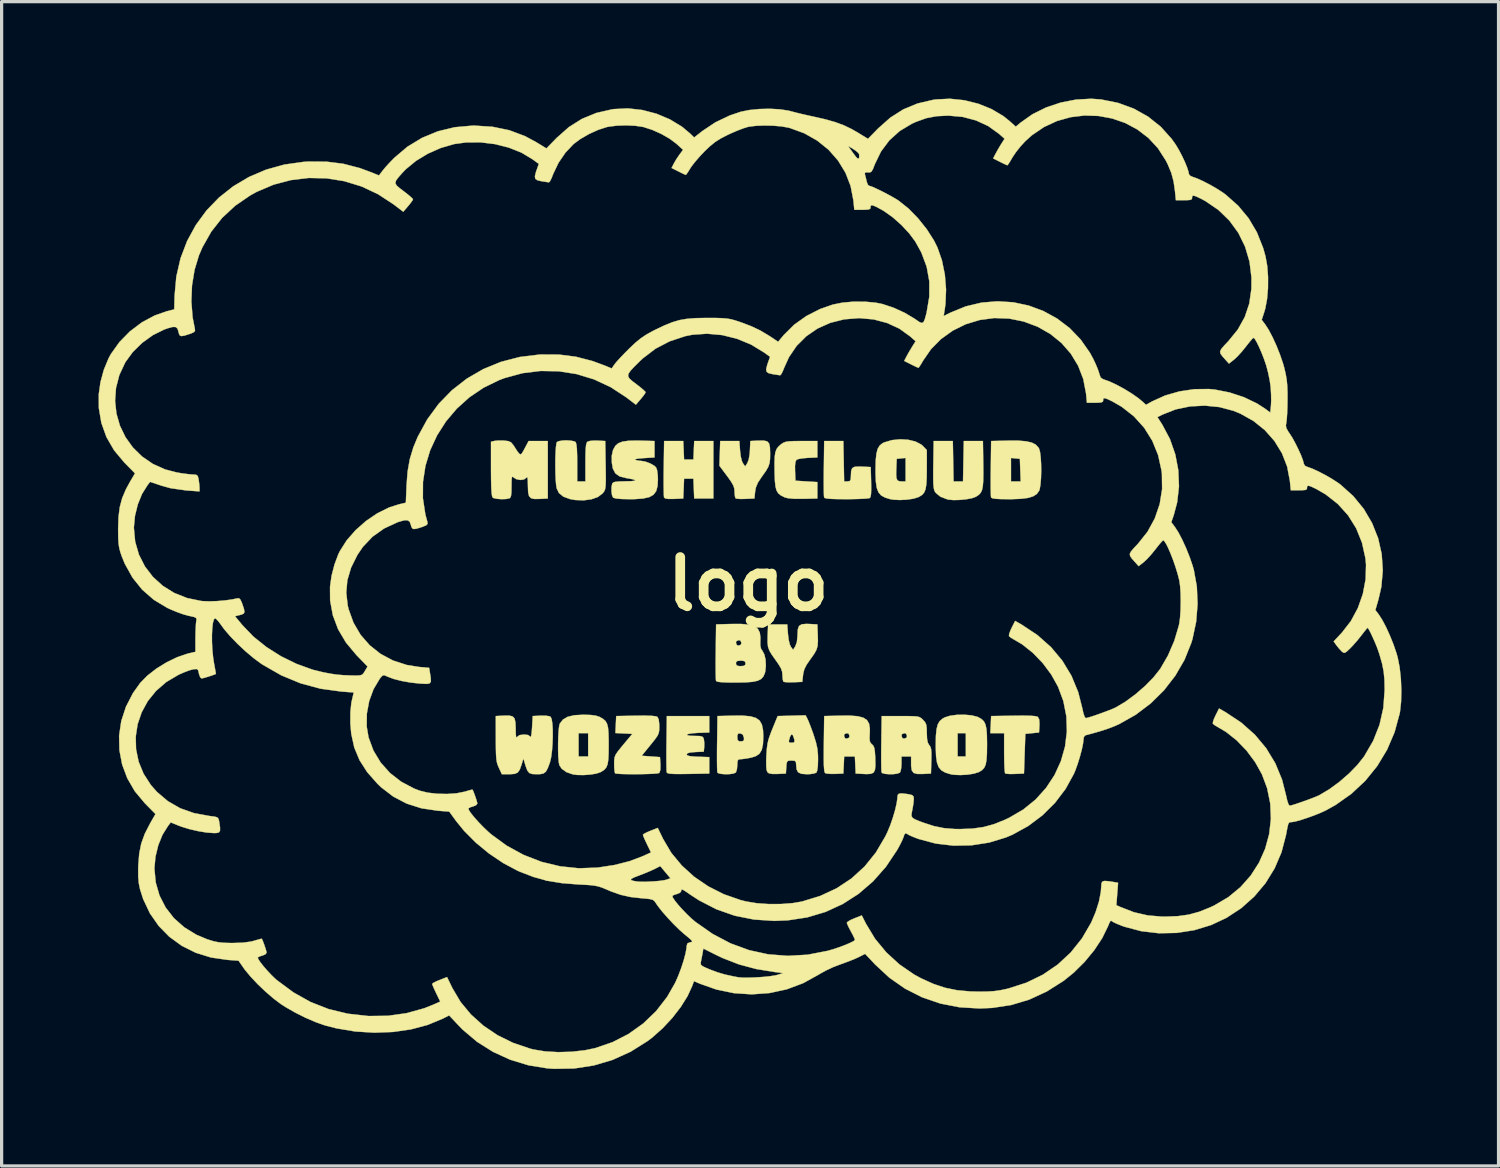
<source format=kicad_pcb>
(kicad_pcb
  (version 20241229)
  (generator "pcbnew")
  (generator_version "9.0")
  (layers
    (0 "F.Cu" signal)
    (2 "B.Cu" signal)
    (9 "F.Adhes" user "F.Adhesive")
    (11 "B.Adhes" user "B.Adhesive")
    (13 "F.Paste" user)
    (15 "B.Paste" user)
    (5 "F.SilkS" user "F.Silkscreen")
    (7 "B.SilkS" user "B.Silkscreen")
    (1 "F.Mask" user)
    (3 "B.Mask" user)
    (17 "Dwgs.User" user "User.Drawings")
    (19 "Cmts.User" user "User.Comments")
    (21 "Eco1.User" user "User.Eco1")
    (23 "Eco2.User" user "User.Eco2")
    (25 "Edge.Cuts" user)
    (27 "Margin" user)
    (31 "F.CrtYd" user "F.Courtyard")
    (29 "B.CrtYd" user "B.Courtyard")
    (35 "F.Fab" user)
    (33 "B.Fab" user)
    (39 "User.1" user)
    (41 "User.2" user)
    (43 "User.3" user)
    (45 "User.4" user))
  (footprint "logo"
    (layer "F.Cu")
    (at 20.099 15.018)
    (property "Reference" "logo" (at 0 0 0) (layer "F.SilkS") (effects (font (size 1.524 1.524) (thickness 0.3))))
    (attr through_hole)
    (fp_poly (pts (xy -1.998 -4.138) (xy -1.986 -3.852) (xy -1.697 -3.852) (xy -1.685 -4.138) (xy -1.672 -4.424) (xy -1.079 -4.424) (xy -1.079 -2.646) (xy -1.672 -2.646) (xy -1.685 -2.953) (xy -1.697 -3.26) (xy -1.986 -3.26) (xy -1.998 -2.953) (xy -2.011 -2.646) (xy -2.297 -2.633) (xy -2.467 -2.632) (xy -2.565 -2.646) (xy -2.605 -2.677) (xy -2.611 -2.735) (xy -2.615 -2.864) (xy -2.618 -3.049) (xy -2.618 -3.278) (xy -2.616 -3.537) (xy -2.615 -3.578) (xy -2.603 -4.424) (xy -2.011 -4.424) (xy -1.998 -4.138)) (stroke (width 0.01) (type solid)) (fill yes) (layer "F.SilkS"))
    (fp_poly (pts (xy 8.721 4.075) (xy 8.867 4.086) (xy 8.947 4.104) (xy 8.96 4.112) (xy 9.001 4.191) (xy 9.01 4.338) (xy 9.008 4.378) (xy 8.996 4.593) (xy 8.784 4.614) (xy 8.572 4.636) (xy 8.53 5.863) (xy 8.253 5.875) (xy 8.107 5.878) (xy 7.996 5.871) (xy 7.946 5.858) (xy 7.936 5.807) (xy 7.927 5.687) (xy 7.92 5.515) (xy 7.917 5.306) (xy 7.916 5.221) (xy 7.916 4.614) (xy 7.489 4.614) (xy 7.502 4.35) (xy 7.514 4.085) (xy 8.207 4.074) (xy 8.503 4.071) (xy 8.721 4.075)) (stroke (width 0.01) (type solid)) (fill yes) (layer "F.SilkS"))
    (fp_poly (pts (xy 6.352 -3.175) (xy 6.644 -3.175) (xy 6.656 -3.799) (xy 6.668 -4.424) (xy 7.26 -4.424) (xy 7.271 -3.704) (xy 7.273 -3.409) (xy 7.269 -3.186) (xy 7.256 -3.023) (xy 7.231 -2.905) (xy 7.191 -2.822) (xy 7.132 -2.76) (xy 7.053 -2.706) (xy 7.045 -2.701) (xy 6.923 -2.656) (xy 6.747 -2.622) (xy 6.547 -2.602) (xy 6.351 -2.597) (xy 6.19 -2.612) (xy 6.16 -2.619) (xy 5.947 -2.7) (xy 5.804 -2.817) (xy 5.777 -2.853) (xy 5.753 -2.905) (xy 5.737 -2.982) (xy 5.726 -3.098) (xy 5.722 -3.265) (xy 5.722 -3.496) (xy 5.725 -3.688) (xy 5.736 -4.424) (xy 6.329 -4.424) (xy 6.352 -3.175)) (stroke (width 0.01) (type solid)) (fill yes) (layer "F.SilkS"))
    (fp_poly (pts (xy 2.966 -3.175) (xy 3.07 -3.175) (xy 3.136 -3.184) (xy 3.167 -3.226) (xy 3.175 -3.323) (xy 3.176 -3.355) (xy 3.183 -3.5) (xy 3.216 -3.586) (xy 3.291 -3.627) (xy 3.425 -3.635) (xy 3.518 -3.632) (xy 3.789 -3.619) (xy 3.801 -3.157) (xy 3.804 -2.934) (xy 3.798 -2.783) (xy 3.782 -2.695) (xy 3.759 -2.66) (xy 3.699 -2.649) (xy 3.571 -2.638) (xy 3.39 -2.631) (xy 3.172 -2.626) (xy 3.036 -2.625) (xy 2.766 -2.627) (xy 2.572 -2.633) (xy 2.443 -2.643) (xy 2.371 -2.659) (xy 2.347 -2.679) (xy 2.341 -2.736) (xy 2.337 -2.864) (xy 2.335 -3.05) (xy 2.335 -3.278) (xy 2.337 -3.536) (xy 2.338 -3.578) (xy 2.349 -4.424) (xy 2.942 -4.424) (xy 2.966 -3.175)) (stroke (width 0.01) (type solid)) (fill yes) (layer "F.SilkS"))
    (fp_poly (pts (xy 2.138 -3.916) (xy 1.843 -3.903) (xy 1.687 -3.89) (xy 1.561 -3.869) (xy 1.492 -3.844) (xy 1.46 -3.78) (xy 1.446 -3.651) (xy 1.448 -3.496) (xy 1.46 -3.196) (xy 1.799 -3.175) (xy 2.138 -3.154) (xy 2.138 -2.646) (xy 1.693 -2.636) (xy 1.42 -2.637) (xy 1.226 -2.655) (xy 1.122 -2.683) (xy 1.01 -2.74) (xy 0.93 -2.804) (xy 0.876 -2.89) (xy 0.843 -3.013) (xy 0.824 -3.188) (xy 0.815 -3.43) (xy 0.814 -3.486) (xy 0.811 -3.747) (xy 0.818 -3.939) (xy 0.839 -4.077) (xy 0.877 -4.178) (xy 0.938 -4.258) (xy 1.023 -4.331) (xy 1.03 -4.335) (xy 1.091 -4.374) (xy 1.163 -4.4) (xy 1.264 -4.415) (xy 1.412 -4.422) (xy 1.625 -4.424) (xy 1.643 -4.424) (xy 2.138 -4.424) (xy 2.138 -3.916)) (stroke (width 0.01) (type solid)) (fill yes) (layer "F.SilkS"))
    (fp_poly (pts (xy -1.206 4.593) (xy -1.556 4.605) (xy -1.733 4.618) (xy -1.849 4.637) (xy -1.899 4.66) (xy -1.879 4.681) (xy -1.783 4.695) (xy -1.652 4.699) (xy -1.509 4.702) (xy -1.43 4.717) (xy -1.391 4.751) (xy -1.374 4.799) (xy -1.36 4.913) (xy -1.362 5.042) (xy -1.376 5.186) (xy -1.64 5.198) (xy -1.797 5.212) (xy -1.881 5.236) (xy -1.905 5.271) (xy -1.884 5.303) (xy -1.812 5.324) (xy -1.676 5.337) (xy -1.556 5.343) (xy -1.206 5.355) (xy -1.206 5.863) (xy -1.853 5.875) (xy -2.114 5.878) (xy -2.3 5.876) (xy -2.423 5.868) (xy -2.493 5.853) (xy -2.521 5.831) (xy -2.527 5.774) (xy -2.531 5.645) (xy -2.533 5.46) (xy -2.533 5.231) (xy -2.531 4.972) (xy -2.53 4.931) (xy -2.519 4.085) (xy -1.206 4.085) (xy -1.206 4.593)) (stroke (width 0.01) (type solid)) (fill yes) (layer "F.SilkS"))
    (fp_poly (pts (xy 8.355 -4.436) (xy 8.594 -4.416) (xy 8.771 -4.376) (xy 8.896 -4.311) (xy 8.98 -4.219) (xy 8.997 -4.189) (xy 9.027 -4.083) (xy 9.048 -3.916) (xy 9.06 -3.709) (xy 9.063 -3.484) (xy 9.056 -3.265) (xy 9.04 -3.073) (xy 9.015 -2.931) (xy 8.997 -2.882) (xy 8.925 -2.784) (xy 8.814 -2.713) (xy 8.655 -2.664) (xy 8.437 -2.636) (xy 8.149 -2.625) (xy 8.062 -2.625) (xy 7.823 -2.627) (xy 7.658 -2.636) (xy 7.559 -2.651) (xy 7.515 -2.674) (xy 7.512 -2.679) (xy 7.506 -2.736) (xy 7.502 -2.864) (xy 7.5 -3.05) (xy 7.5 -3.175) (xy 8.128 -3.175) (xy 8.428 -3.175) (xy 8.415 -3.524) (xy 8.403 -3.873) (xy 8.128 -3.9) (xy 8.128 -3.175) (xy 7.5 -3.175) (xy 7.5 -3.278) (xy 7.502 -3.536) (xy 7.503 -3.578) (xy 7.514 -4.424) (xy 8.043 -4.436) (xy 8.355 -4.436)) (stroke (width 0.01) (type solid)) (fill yes) (layer "F.SilkS"))
    (fp_poly (pts (xy 0.585 -4.414) (xy 0.645 -4.347) (xy 0.671 -4.226) (xy 0.677 -4.035) (xy 0.674 -3.865) (xy 0.657 -3.736) (xy 0.618 -3.622) (xy 0.547 -3.499) (xy 0.434 -3.34) (xy 0.407 -3.302) (xy 0.296 -3.133) (xy 0.235 -2.983) (xy 0.212 -2.857) (xy 0.191 -2.646) (xy -0.086 -2.634) (xy -0.233 -2.631) (xy -0.344 -2.638) (xy -0.393 -2.651) (xy -0.412 -2.709) (xy -0.423 -2.817) (xy -0.423 -2.857) (xy -0.432 -2.956) (xy -0.463 -3.051) (xy -0.529 -3.165) (xy -0.638 -3.32) (xy -0.658 -3.346) (xy -0.892 -3.659) (xy -0.88 -4.042) (xy -0.868 -4.424) (xy -0.275 -4.424) (xy -0.254 -4.128) (xy -0.232 -3.946) (xy -0.196 -3.802) (xy -0.164 -3.735) (xy -0.096 -3.638) (xy -0.029 -3.741) (xy 0.013 -3.849) (xy 0.042 -4.016) (xy 0.051 -4.133) (xy 0.064 -4.424) (xy 0.31 -4.437) (xy 0.478 -4.438) (xy 0.585 -4.414)) (stroke (width 0.01) (type solid)) (fill yes) (layer "F.SilkS"))
    (fp_poly (pts (xy -2.983 4.078) (xy -2.856 4.093) (xy -2.81 4.11) (xy -2.771 4.19) (xy -2.753 4.341) (xy -2.752 4.402) (xy -2.754 4.515) (xy -2.768 4.603) (xy -2.803 4.686) (xy -2.87 4.785) (xy -2.978 4.922) (xy -3.025 4.979) (xy -3.297 5.313) (xy -3.014 5.334) (xy -2.731 5.355) (xy -2.717 5.584) (xy -2.719 5.749) (xy -2.748 5.837) (xy -2.76 5.848) (xy -2.819 5.86) (xy -2.944 5.87) (xy -3.115 5.877) (xy -3.315 5.882) (xy -3.526 5.883) (xy -3.729 5.882) (xy -3.907 5.878) (xy -4.041 5.87) (xy -4.114 5.86) (xy -4.12 5.856) (xy -4.135 5.802) (xy -4.146 5.689) (xy -4.149 5.569) (xy -4.147 5.451) (xy -4.135 5.361) (xy -4.103 5.28) (xy -4.041 5.187) (xy -3.94 5.06) (xy -3.868 4.973) (xy -3.587 4.636) (xy -3.849 4.623) (xy -4.11 4.61) (xy -4.098 4.348) (xy -4.085 4.085) (xy -3.477 4.073) (xy -3.189 4.071) (xy -2.983 4.078)) (stroke (width 0.01) (type solid)) (fill yes) (layer "F.SilkS"))
    (fp_poly (pts (xy 6.904 4.062) (xy 7.08 4.105) (xy 7.116 4.12) (xy 7.217 4.178) (xy 7.29 4.248) (xy 7.338 4.344) (xy 7.368 4.48) (xy 7.383 4.671) (xy 7.387 4.929) (xy 7.387 4.974) (xy 7.384 5.245) (xy 7.371 5.445) (xy 7.344 5.589) (xy 7.298 5.689) (xy 7.23 5.76) (xy 7.136 5.817) (xy 7.126 5.821) (xy 6.978 5.867) (xy 6.779 5.898) (xy 6.564 5.91) (xy 6.364 5.902) (xy 6.254 5.883) (xy 6.092 5.832) (xy 5.973 5.763) (xy 5.89 5.664) (xy 5.838 5.522) (xy 5.81 5.325) (xy 5.8 5.06) (xy 5.8 4.966) (xy 5.805 4.693) (xy 5.813 4.614) (xy 6.477 4.614) (xy 6.477 5.334) (xy 6.731 5.334) (xy 6.731 4.614) (xy 6.477 4.614) (xy 5.813 4.614) (xy 5.825 4.49) (xy 5.863 4.344) (xy 5.924 4.239) (xy 6.013 4.163) (xy 6.08 4.126) (xy 6.243 4.075) (xy 6.454 4.047) (xy 6.685 4.043) (xy 6.904 4.062)) (stroke (width 0.01) (type solid)) (fill yes) (layer "F.SilkS"))
    (fp_poly (pts (xy -5.101 4.044) (xy -4.874 4.051) (xy -4.713 4.073) (xy -4.598 4.111) (xy -4.585 4.118) (xy -4.486 4.177) (xy -4.415 4.241) (xy -4.368 4.325) (xy -4.338 4.444) (xy -4.324 4.611) (xy -4.318 4.841) (xy -4.318 4.974) (xy -4.32 5.24) (xy -4.33 5.435) (xy -4.352 5.575) (xy -4.391 5.673) (xy -4.45 5.743) (xy -4.534 5.8) (xy -4.578 5.824) (xy -4.707 5.866) (xy -4.889 5.895) (xy -5.094 5.91) (xy -5.291 5.907) (xy -5.426 5.889) (xy -5.623 5.821) (xy -5.771 5.715) (xy -5.844 5.604) (xy -5.863 5.507) (xy -5.876 5.349) (xy -5.883 5.152) (xy -5.883 4.937) (xy -5.878 4.725) (xy -5.871 4.614) (xy -5.249 4.614) (xy -5.249 5.334) (xy -4.953 5.334) (xy -4.953 4.614) (xy -5.249 4.614) (xy -5.871 4.614) (xy -5.867 4.537) (xy -5.85 4.393) (xy -5.831 4.32) (xy -5.734 4.194) (xy -5.588 4.108) (xy -5.382 4.059) (xy -5.107 4.044) (xy -5.101 4.044)) (stroke (width 0.01) (type solid)) (fill yes) (layer "F.SilkS"))
    (fp_poly (pts (xy 1.891 1.236) (xy 2.138 1.249) (xy 2.15 1.566) (xy 2.155 1.767) (xy 2.145 1.913) (xy 2.111 2.032) (xy 2.045 2.154) (xy 1.937 2.307) (xy 1.917 2.334) (xy 1.803 2.5) (xy 1.735 2.636) (xy 1.701 2.769) (xy 1.695 2.815) (xy 1.672 3.027) (xy 1.395 3.039) (xy 1.249 3.041) (xy 1.138 3.034) (xy 1.088 3.022) (xy 1.069 2.964) (xy 1.059 2.856) (xy 1.058 2.818) (xy 1.048 2.713) (xy 1.012 2.609) (xy 0.937 2.483) (xy 0.846 2.352) (xy 0.728 2.186) (xy 0.653 2.059) (xy 0.612 1.943) (xy 0.597 1.81) (xy 0.599 1.632) (xy 0.601 1.566) (xy 0.614 1.249) (xy 1.206 1.249) (xy 1.228 1.545) (xy 1.25 1.726) (xy 1.286 1.871) (xy 1.317 1.938) (xy 1.386 2.035) (xy 1.455 1.929) (xy 1.504 1.796) (xy 1.524 1.599) (xy 1.524 1.573) (xy 1.533 1.402) (xy 1.571 1.298) (xy 1.653 1.246) (xy 1.794 1.233) (xy 1.891 1.236)) (stroke (width 0.01) (type solid)) (fill yes) (layer "F.SilkS"))
    (fp_poly (pts (xy 4.949 -4.463) (xy 5.174 -4.408) (xy 5.351 -4.316) (xy 5.402 -4.271) (xy 5.524 -4.143) (xy 5.524 -3.56) (xy 5.521 -3.285) (xy 5.509 -3.08) (xy 5.484 -2.933) (xy 5.442 -2.83) (xy 5.379 -2.757) (xy 5.29 -2.701) (xy 5.263 -2.688) (xy 5.115 -2.641) (xy 4.916 -2.611) (xy 4.699 -2.599) (xy 4.499 -2.608) (xy 4.39 -2.626) (xy 4.228 -2.676) (xy 4.11 -2.742) (xy 4.028 -2.837) (xy 3.976 -2.973) (xy 3.948 -3.163) (xy 3.939 -3.393) (xy 4.576 -3.393) (xy 4.585 -3.273) (xy 4.615 -3.207) (xy 4.672 -3.18) (xy 4.74 -3.175) (xy 4.868 -3.175) (xy 4.868 -3.9) (xy 4.731 -3.887) (xy 4.593 -3.873) (xy 4.581 -3.581) (xy 4.576 -3.393) (xy 3.939 -3.393) (xy 3.938 -3.419) (xy 3.937 -3.535) (xy 3.943 -3.817) (xy 3.964 -4.028) (xy 4.003 -4.18) (xy 4.066 -4.285) (xy 4.155 -4.357) (xy 4.208 -4.382) (xy 4.444 -4.452) (xy 4.699 -4.478) (xy 4.949 -4.463)) (stroke (width 0.01) (type solid)) (fill yes) (layer "F.SilkS"))
    (fp_poly (pts (xy -5.49 -4.436) (xy -5.382 -4.414) (xy -5.342 -4.394) (xy -5.319 -4.33) (xy -5.302 -4.189) (xy -5.294 -3.97) (xy -5.292 -3.759) (xy -5.292 -3.175) (xy -5.038 -3.175) (xy -5.038 -3.762) (xy -5.036 -4.013) (xy -5.029 -4.19) (xy -5.016 -4.307) (xy -4.996 -4.375) (xy -4.978 -4.4) (xy -4.899 -4.427) (xy -4.761 -4.438) (xy -4.671 -4.437) (xy -4.424 -4.424) (xy -4.412 -3.677) (xy -4.408 -3.409) (xy -4.407 -3.212) (xy -4.411 -3.072) (xy -4.42 -2.977) (xy -4.436 -2.911) (xy -4.461 -2.862) (xy -4.497 -2.815) (xy -4.509 -2.802) (xy -4.65 -2.694) (xy -4.85 -2.622) (xy -5.09 -2.589) (xy -5.35 -2.599) (xy -5.515 -2.628) (xy -5.72 -2.703) (xy -5.856 -2.814) (xy -5.926 -2.957) (xy -5.944 -3.067) (xy -5.958 -3.231) (xy -5.966 -3.431) (xy -5.969 -3.65) (xy -5.968 -3.87) (xy -5.961 -4.072) (xy -5.95 -4.239) (xy -5.934 -4.353) (xy -5.918 -4.394) (xy -5.85 -4.422) (xy -5.728 -4.441) (xy -5.63 -4.445) (xy -5.49 -4.436)) (stroke (width 0.01) (type solid)) (fill yes) (layer "F.SilkS"))
    (fp_poly (pts (xy 0.061 4.092) (xy 0.233 4.141) (xy 0.351 4.224) (xy 0.422 4.349) (xy 0.457 4.52) (xy 0.466 4.715) (xy 0.455 4.959) (xy 0.417 5.133) (xy 0.344 5.252) (xy 0.23 5.328) (xy 0.086 5.372) (xy -0.061 5.399) (xy -0.189 5.416) (xy -0.235 5.419) (xy -0.3 5.427) (xy -0.33 5.469) (xy -0.338 5.566) (xy -0.339 5.601) (xy -0.35 5.725) (xy -0.378 5.817) (xy -0.389 5.834) (xy -0.46 5.864) (xy -0.577 5.881) (xy -0.714 5.884) (xy -0.841 5.874) (xy -0.931 5.851) (xy -0.955 5.83) (xy -0.961 5.773) (xy -0.965 5.645) (xy -0.967 5.459) (xy -0.967 5.231) (xy -0.965 4.973) (xy -0.964 4.931) (xy -0.961 4.738) (xy -0.339 4.738) (xy -0.328 4.83) (xy -0.282 4.865) (xy -0.23 4.868) (xy -0.153 4.856) (xy -0.131 4.802) (xy -0.135 4.752) (xy -0.17 4.656) (xy -0.243 4.622) (xy -0.311 4.625) (xy -0.336 4.677) (xy -0.339 4.738) (xy -0.961 4.738) (xy -0.953 4.085) (xy -0.487 4.072) (xy -0.176 4.071) (xy 0.061 4.092)) (stroke (width 0.01) (type solid)) (fill yes) (layer "F.SilkS"))
    (fp_poly (pts (xy 3.387 4.09) (xy 3.559 4.135) (xy 3.673 4.21) (xy 3.738 4.321) (xy 3.762 4.473) (xy 3.759 4.624) (xy 3.752 4.775) (xy 3.762 4.868) (xy 3.793 4.927) (xy 3.828 4.959) (xy 3.872 5.006) (xy 3.9 5.075) (xy 3.917 5.185) (xy 3.928 5.356) (xy 3.93 5.406) (xy 3.934 5.615) (xy 3.919 5.754) (xy 3.876 5.835) (xy 3.793 5.872) (xy 3.66 5.88) (xy 3.57 5.876) (xy 3.323 5.863) (xy 3.311 5.599) (xy 3.298 5.334) (xy 2.967 5.334) (xy 2.955 5.599) (xy 2.942 5.863) (xy 2.688 5.874) (xy 2.543 5.874) (xy 2.429 5.864) (xy 2.38 5.85) (xy 2.361 5.817) (xy 2.348 5.741) (xy 2.339 5.613) (xy 2.335 5.425) (xy 2.336 5.167) (xy 2.338 4.95) (xy 2.341 4.699) (xy 2.963 4.699) (xy 2.993 4.77) (xy 3.048 4.784) (xy 3.119 4.754) (xy 3.133 4.699) (xy 3.103 4.628) (xy 3.048 4.614) (xy 2.977 4.644) (xy 2.963 4.699) (xy 2.341 4.699) (xy 2.349 4.085) (xy 2.836 4.072) (xy 3.149 4.071) (xy 3.387 4.09)) (stroke (width 0.01) (type solid)) (fill yes) (layer "F.SilkS"))
    (fp_poly (pts (xy -7.555 -4.437) (xy -7.423 -4.421) (xy -7.34 -4.384) (xy -7.273 -4.306) (xy -7.253 -4.276) (xy -7.154 -4.122) (xy -7.089 -4.035) (xy -7.043 -4.009) (xy -7.002 -4.043) (xy -6.951 -4.132) (xy -6.918 -4.194) (xy -6.795 -4.424) (xy -6.202 -4.424) (xy -6.202 -2.646) (xy -6.449 -2.633) (xy -6.615 -2.631) (xy -6.721 -2.655) (xy -6.782 -2.72) (xy -6.81 -2.84) (xy -6.817 -3.029) (xy -6.817 -3.043) (xy -6.821 -3.205) (xy -6.83 -3.291) (xy -6.848 -3.308) (xy -6.861 -3.291) (xy -6.938 -3.235) (xy -7.054 -3.219) (xy -7.175 -3.244) (xy -7.246 -3.287) (xy -7.284 -3.317) (xy -7.307 -3.313) (xy -7.319 -3.261) (xy -7.323 -3.148) (xy -7.324 -3.017) (xy -7.327 -2.839) (xy -7.339 -2.729) (xy -7.363 -2.67) (xy -7.391 -2.65) (xy -7.494 -2.63) (xy -7.631 -2.625) (xy -7.769 -2.635) (xy -7.874 -2.657) (xy -7.908 -2.675) (xy -7.927 -2.726) (xy -7.942 -2.838) (xy -7.952 -3.018) (xy -7.957 -3.271) (xy -7.959 -3.564) (xy -7.959 -4.401) (xy -7.861 -4.426) (xy -7.76 -4.438) (xy -7.618 -4.44) (xy -7.555 -4.437)) (stroke (width 0.01) (type solid)) (fill yes) (layer "F.SilkS"))
    (fp_poly (pts (xy -3.353 -4.436) (xy -2.9 -4.424) (xy -2.9 -3.916) (xy -3.239 -3.895) (xy -3.4 -3.881) (xy -3.492 -3.864) (xy -3.508 -3.846) (xy -3.5 -3.842) (xy -3.394 -3.816) (xy -3.318 -3.81) (xy -3.184 -3.788) (xy -3.034 -3.732) (xy -2.907 -3.659) (xy -2.853 -3.608) (xy -2.82 -3.521) (xy -2.8 -3.371) (xy -2.795 -3.237) (xy -2.807 -3.029) (xy -2.849 -2.873) (xy -2.933 -2.761) (xy -3.066 -2.687) (xy -3.26 -2.644) (xy -3.523 -2.626) (xy -3.673 -2.625) (xy -3.918 -2.63) (xy -4.087 -2.645) (xy -4.175 -2.67) (xy -4.183 -2.675) (xy -4.216 -2.752) (xy -4.232 -2.875) (xy -4.229 -3.009) (xy -4.208 -3.108) (xy -4.179 -3.141) (xy -4.113 -3.162) (xy -3.995 -3.173) (xy -3.809 -3.178) (xy -3.795 -3.178) (xy -3.612 -3.183) (xy -3.513 -3.196) (xy -3.498 -3.215) (xy -3.567 -3.239) (xy -3.721 -3.269) (xy -3.779 -3.278) (xy -3.979 -3.329) (xy -4.111 -3.423) (xy -4.189 -3.571) (xy -4.22 -3.747) (xy -4.224 -3.964) (xy -4.186 -4.136) (xy -4.176 -4.161) (xy -4.112 -4.275) (xy -4.021 -4.355) (xy -3.89 -4.406) (xy -3.706 -4.432) (xy -3.457 -4.438) (xy -3.353 -4.436)) (stroke (width 0.01) (type solid)) (fill yes) (layer "F.SilkS"))
    (fp_poly (pts (xy 1.835 4.179) (xy 1.875 4.271) (xy 1.932 4.418) (xy 1.997 4.595) (xy 2.027 4.683) (xy 2.097 4.907) (xy 2.138 5.094) (xy 2.156 5.282) (xy 2.159 5.426) (xy 2.153 5.625) (xy 2.135 5.765) (xy 2.108 5.834) (xy 2.04 5.861) (xy 1.918 5.88) (xy 1.813 5.884) (xy 1.645 5.872) (xy 1.543 5.825) (xy 1.494 5.732) (xy 1.482 5.591) (xy 1.473 5.503) (xy 1.432 5.468) (xy 1.336 5.461) (xy 1.248 5.465) (xy 1.203 5.493) (xy 1.184 5.567) (xy 1.177 5.662) (xy 1.164 5.863) (xy 0.906 5.876) (xy 0.742 5.876) (xy 0.642 5.857) (xy 0.595 5.823) (xy 0.569 5.76) (xy 0.556 5.641) (xy 0.555 5.457) (xy 0.56 5.324) (xy 0.574 5.104) (xy 0.597 4.933) (xy 0.615 4.859) (xy 1.255 4.859) (xy 1.266 4.901) (xy 1.324 4.911) (xy 1.342 4.911) (xy 1.416 4.901) (xy 1.432 4.854) (xy 1.42 4.794) (xy 1.381 4.679) (xy 1.342 4.649) (xy 1.302 4.702) (xy 1.281 4.761) (xy 1.255 4.859) (xy 0.615 4.859) (xy 0.637 4.775) (xy 0.702 4.594) (xy 0.745 4.487) (xy 0.91 4.085) (xy 1.342 4.073) (xy 1.774 4.061) (xy 1.835 4.179)) (stroke (width 0.01) (type solid)) (fill yes) (layer "F.SilkS"))
    (fp_poly (pts (xy 4.941 4.086) (xy 5.104 4.089) (xy 5.215 4.097) (xy 5.288 4.114) (xy 5.34 4.142) (xy 5.387 4.182) (xy 5.407 4.203) (xy 5.471 4.275) (xy 5.506 4.351) (xy 5.521 4.457) (xy 5.524 4.611) (xy 5.531 4.79) (xy 5.554 4.907) (xy 5.598 4.983) (xy 5.6 4.985) (xy 5.637 5.039) (xy 5.658 5.115) (xy 5.667 5.231) (xy 5.665 5.407) (xy 5.664 5.466) (xy 5.652 5.863) (xy 5.405 5.876) (xy 5.227 5.876) (xy 5.118 5.845) (xy 5.06 5.769) (xy 5.039 5.636) (xy 5.038 5.562) (xy 5.038 5.334) (xy 4.741 5.334) (xy 4.741 5.558) (xy 4.732 5.695) (xy 4.709 5.8) (xy 4.691 5.834) (xy 4.62 5.864) (xy 4.503 5.881) (xy 4.366 5.884) (xy 4.239 5.874) (xy 4.149 5.851) (xy 4.125 5.83) (xy 4.119 5.773) (xy 4.115 5.645) (xy 4.113 5.459) (xy 4.113 5.231) (xy 4.115 4.973) (xy 4.116 4.931) (xy 4.119 4.699) (xy 4.741 4.699) (xy 4.771 4.77) (xy 4.826 4.784) (xy 4.897 4.754) (xy 4.911 4.699) (xy 4.881 4.628) (xy 4.826 4.614) (xy 4.755 4.644) (xy 4.741 4.699) (xy 4.119 4.699) (xy 4.128 4.085) (xy 4.709 4.085) (xy 4.941 4.086)) (stroke (width 0.01) (type solid)) (fill yes) (layer "F.SilkS"))
    (fp_poly (pts (xy -7.291 4.095) (xy -7.23 4.16) (xy -7.203 4.279) (xy -7.195 4.468) (xy -7.195 4.482) (xy -7.192 4.645) (xy -7.182 4.73) (xy -7.164 4.747) (xy -7.151 4.731) (xy -7.076 4.674) (xy -6.939 4.657) (xy -6.811 4.671) (xy -6.747 4.718) (xy -6.74 4.731) (xy -6.724 4.728) (xy -6.708 4.652) (xy -6.694 4.516) (xy -6.689 4.445) (xy -6.668 4.085) (xy -6.421 4.072) (xy -6.262 4.073) (xy -6.148 4.092) (xy -6.114 4.109) (xy -6.082 4.179) (xy -6.061 4.315) (xy -6.049 4.498) (xy -6.048 4.711) (xy -6.055 4.937) (xy -6.072 5.156) (xy -6.097 5.351) (xy -6.131 5.503) (xy -6.138 5.524) (xy -6.202 5.696) (xy -6.26 5.803) (xy -6.33 5.859) (xy -6.429 5.881) (xy -6.54 5.884) (xy -6.684 5.878) (xy -6.775 5.845) (xy -6.835 5.77) (xy -6.886 5.634) (xy -6.9 5.588) (xy -6.956 5.397) (xy -7.012 5.582) (xy -7.067 5.739) (xy -7.13 5.83) (xy -7.224 5.873) (xy -7.369 5.884) (xy -7.394 5.884) (xy -7.623 5.884) (xy -7.716 5.683) (xy -7.751 5.6) (xy -7.777 5.516) (xy -7.793 5.414) (xy -7.803 5.278) (xy -7.808 5.093) (xy -7.81 4.843) (xy -7.81 4.784) (xy -7.811 4.085) (xy -7.564 4.072) (xy -7.398 4.07) (xy -7.291 4.095)) (stroke (width 0.01) (type solid)) (fill yes) (layer "F.SilkS"))
    (fp_poly (pts (xy 0.016 1.257) (xy 0.185 1.305) (xy 0.296 1.385) (xy 0.357 1.502) (xy 0.377 1.659) (xy 0.374 1.751) (xy 0.373 1.904) (xy 0.396 2.004) (xy 0.441 2.07) (xy 0.5 2.183) (xy 0.536 2.347) (xy 0.545 2.532) (xy 0.526 2.707) (xy 0.511 2.764) (xy 0.465 2.865) (xy 0.396 2.94) (xy 0.292 2.992) (xy 0.141 3.025) (xy -0.07 3.042) (xy -0.35 3.048) (xy -0.399 3.048) (xy -0.649 3.046) (xy -0.825 3.038) (xy -0.935 3.025) (xy -0.989 3.005) (xy -0.997 2.994) (xy -1.003 2.937) (xy -1.007 2.808) (xy -1.009 2.623) (xy -1.009 2.455) (xy -0.381 2.455) (xy -0.364 2.514) (xy -0.3 2.537) (xy -0.233 2.54) (xy -0.131 2.531) (xy -0.09 2.494) (xy -0.085 2.455) (xy -0.101 2.397) (xy -0.166 2.373) (xy -0.233 2.371) (xy -0.335 2.38) (xy -0.376 2.417) (xy -0.381 2.455) (xy -1.009 2.455) (xy -1.009 2.394) (xy -1.007 2.136) (xy -1.006 2.094) (xy -1.003 1.82) (xy -0.381 1.82) (xy -0.351 1.891) (xy -0.296 1.905) (xy -0.226 1.875) (xy -0.212 1.82) (xy -0.242 1.75) (xy -0.296 1.736) (xy -0.367 1.766) (xy -0.381 1.82) (xy -1.003 1.82) (xy -0.995 1.249) (xy -0.529 1.236) (xy -0.219 1.235) (xy 0.016 1.257)) (stroke (width 0.01) (type solid)) (fill yes) (layer "F.SilkS"))
    (fp_poly (pts (xy 10.915 -14.991) (xy 11.442 -14.885) (xy 11.929 -14.707) (xy 12.37 -14.46) (xy 12.762 -14.147) (xy 13.1 -13.77) (xy 13.225 -13.593) (xy 13.323 -13.429) (xy 13.421 -13.241) (xy 13.511 -13.05) (xy 13.581 -12.876) (xy 13.623 -12.742) (xy 13.631 -12.687) (xy 13.668 -12.633) (xy 13.748 -12.596) (xy 13.89 -12.546) (xy 14.077 -12.46) (xy 14.288 -12.351) (xy 14.497 -12.23) (xy 14.682 -12.111) (xy 14.764 -12.052) (xy 15.158 -11.703) (xy 15.48 -11.315) (xy 15.736 -10.881) (xy 15.93 -10.394) (xy 16.003 -10.133) (xy 16.056 -9.837) (xy 16.081 -9.5) (xy 16.079 -9.15) (xy 16.05 -8.815) (xy 15.995 -8.523) (xy 15.97 -8.436) (xy 15.885 -8.173) (xy 15.991 -8.034) (xy 16.1 -7.865) (xy 16.22 -7.637) (xy 16.341 -7.373) (xy 16.451 -7.096) (xy 16.542 -6.83) (xy 16.579 -6.7) (xy 16.626 -6.501) (xy 16.657 -6.324) (xy 16.675 -6.139) (xy 16.683 -5.919) (xy 16.683 -5.715) (xy 16.68 -5.489) (xy 16.672 -5.282) (xy 16.661 -5.113) (xy 16.648 -5.005) (xy 16.646 -4.995) (xy 16.632 -4.901) (xy 16.649 -4.818) (xy 16.706 -4.717) (xy 16.756 -4.645) (xy 16.838 -4.516) (xy 16.928 -4.35) (xy 17.018 -4.168) (xy 17.098 -3.991) (xy 17.157 -3.839) (xy 17.185 -3.735) (xy 17.187 -3.719) (xy 17.225 -3.657) (xy 17.304 -3.621) (xy 17.446 -3.571) (xy 17.635 -3.485) (xy 17.846 -3.375) (xy 18.056 -3.254) (xy 18.242 -3.134) (xy 18.324 -3.074) (xy 18.717 -2.721) (xy 19.044 -2.321) (xy 19.301 -1.883) (xy 19.487 -1.415) (xy 19.597 -0.925) (xy 19.631 -0.419) (xy 19.585 0.092) (xy 19.5 0.464) (xy 19.401 0.805) (xy 19.506 0.942) (xy 19.614 1.11) (xy 19.734 1.337) (xy 19.853 1.6) (xy 19.964 1.876) (xy 20.054 2.141) (xy 20.092 2.274) (xy 20.152 2.581) (xy 20.19 2.932) (xy 20.205 3.297) (xy 20.196 3.647) (xy 20.163 3.952) (xy 20.154 4) (xy 19.996 4.582) (xy 19.763 5.127) (xy 19.459 5.631) (xy 19.09 6.087) (xy 18.658 6.491) (xy 18.169 6.836) (xy 17.865 7.005) (xy 17.7 7.081) (xy 17.502 7.16) (xy 17.293 7.235) (xy 17.095 7.3) (xy 16.928 7.346) (xy 16.814 7.366) (xy 16.803 7.366) (xy 16.759 7.368) (xy 16.728 7.386) (xy 16.704 7.434) (xy 16.681 7.528) (xy 16.651 7.684) (xy 16.636 7.768) (xy 16.497 8.299) (xy 16.284 8.797) (xy 16.002 9.255) (xy 15.655 9.668) (xy 15.251 10.028) (xy 14.794 10.328) (xy 14.323 10.549) (xy 13.802 10.708) (xy 13.257 10.793) (xy 12.705 10.804) (xy 12.159 10.74) (xy 11.637 10.602) (xy 11.575 10.58) (xy 11.434 10.524) (xy 11.322 10.474) (xy 11.27 10.445) (xy 11.231 10.418) (xy 11.203 10.427) (xy 11.171 10.487) (xy 11.132 10.583) (xy 10.952 10.952) (xy 10.705 11.327) (xy 10.406 11.69) (xy 10.07 12.023) (xy 9.758 12.275) (xy 9.235 12.606) (xy 8.695 12.856) (xy 8.133 13.025) (xy 7.544 13.114) (xy 7.154 13.131) (xy 6.534 13.094) (xy 5.94 12.978) (xy 5.378 12.785) (xy 4.851 12.518) (xy 4.365 12.179) (xy 3.928 11.774) (xy 3.615 11.441) (xy 3.416 11.542) (xy 3.283 11.603) (xy 3.101 11.675) (xy 2.904 11.748) (xy 2.84 11.77) (xy 2.626 11.852) (xy 2.401 11.958) (xy 2.207 12.065) (xy 2.173 12.087) (xy 1.698 12.349) (xy 1.19 12.539) (xy 0.658 12.654) (xy 0.111 12.694) (xy -0.44 12.658) (xy -0.985 12.545) (xy -1.485 12.369) (xy -1.68 12.286) (xy -1.733 12.433) (xy -1.879 12.751) (xy -2.089 13.086) (xy -2.348 13.421) (xy -2.644 13.739) (xy -2.962 14.023) (xy -3.111 14.137) (xy -3.64 14.469) (xy -4.198 14.722) (xy -4.782 14.895) (xy -5.388 14.988) (xy -6.01 14.998) (xy -6.223 14.983) (xy -6.804 14.888) (xy -7.366 14.716) (xy -7.897 14.473) (xy -8.388 14.164) (xy -8.828 13.793) (xy -8.95 13.669) (xy -9.254 13.346) (xy -9.451 13.446) (xy -9.918 13.64) (xy -10.435 13.778) (xy -10.989 13.858) (xy -11.565 13.88) (xy -12.152 13.844) (xy -12.735 13.747) (xy -13.102 13.653) (xy -13.38 13.555) (xy -13.695 13.419) (xy -14.017 13.258) (xy -14.316 13.087) (xy -14.466 12.99) (xy -14.69 12.821) (xy -14.933 12.611) (xy -15.174 12.382) (xy -15.392 12.151) (xy -15.568 11.94) (xy -15.62 11.868) (xy -15.768 11.653) (xy -16.113 11.628) (xy -16.622 11.554) (xy -17.095 11.407) (xy -17.526 11.192) (xy -17.909 10.914) (xy -18.24 10.577) (xy -18.512 10.187) (xy -18.72 9.746) (xy -18.818 9.438) (xy -18.855 9.255) (xy -18.873 9.053) (xy -18.874 8.803) (xy -18.871 8.7) (xy -18.842 8.339) (xy -18.778 8.025) (xy -18.67 7.727) (xy -18.508 7.411) (xy -18.502 7.4) (xy -18.339 7.116) (xy -18.67 6.78) (xy -18.978 6.411) (xy -19.212 6.008) (xy -19.371 5.582) (xy -19.455 5.139) (xy -19.463 4.722) (xy -18.95 4.722) (xy -18.94 5.111) (xy -18.86 5.496) (xy -18.707 5.869) (xy -18.481 6.219) (xy -18.293 6.432) (xy -17.955 6.718) (xy -17.576 6.936) (xy -17.15 7.087) (xy -16.67 7.176) (xy -16.652 7.178) (xy -16.51 7.196) (xy -16.43 7.218) (xy -16.391 7.259) (xy -16.372 7.331) (xy -16.367 7.36) (xy -16.342 7.529) (xy -16.342 7.631) (xy -16.374 7.683) (xy -16.446 7.702) (xy -16.527 7.705) (xy -16.751 7.689) (xy -17.017 7.645) (xy -17.292 7.582) (xy -17.541 7.505) (xy -17.61 7.479) (xy -17.866 7.375) (xy -17.949 7.481) (xy -18.12 7.754) (xy -18.253 8.081) (xy -18.339 8.436) (xy -18.372 8.792) (xy -18.372 8.805) (xy -18.331 9.235) (xy -18.214 9.638) (xy -18.024 10.008) (xy -17.767 10.338) (xy -17.447 10.621) (xy -17.07 10.852) (xy -16.736 10.992) (xy -16.555 11.048) (xy -16.393 11.083) (xy -16.215 11.1) (xy -15.991 11.106) (xy -15.96 11.106) (xy -15.637 11.096) (xy -15.387 11.062) (xy -15.286 11.036) (xy -15.16 10.999) (xy -15.074 10.977) (xy -15.049 10.975) (xy -15.019 11.039) (xy -14.978 11.148) (xy -14.937 11.269) (xy -14.908 11.368) (xy -14.901 11.406) (xy -14.938 11.456) (xy -15.026 11.493) (xy -15.028 11.493) (xy -15.123 11.523) (xy -15.174 11.553) (xy -15.16 11.602) (xy -15.098 11.696) (xy -15.002 11.819) (xy -14.883 11.956) (xy -14.756 12.092) (xy -14.632 12.212) (xy -14.579 12.258) (xy -14.069 12.635) (xy -13.539 12.932) (xy -12.982 13.15) (xy -12.391 13.293) (xy -11.76 13.364) (xy -11.744 13.365) (xy -11.15 13.358) (xy -10.571 13.277) (xy -10.021 13.124) (xy -9.751 13.016) (xy -9.529 12.918) (xy -9.654 12.66) (xy -9.717 12.526) (xy -9.762 12.422) (xy -9.779 12.371) (xy -9.743 12.34) (xy -9.649 12.292) (xy -9.549 12.25) (xy -9.319 12.16) (xy -9.152 12.504) (xy -8.9 12.93) (xy -8.578 13.318) (xy -8.193 13.664) (xy -7.755 13.959) (xy -7.271 14.197) (xy -6.751 14.373) (xy -6.646 14.4) (xy -6.286 14.459) (xy -5.88 14.482) (xy -5.455 14.47) (xy -5.042 14.422) (xy -4.733 14.357) (xy -4.198 14.173) (xy -3.701 13.918) (xy -3.25 13.596) (xy -2.85 13.212) (xy -2.51 12.773) (xy -2.262 12.34) (xy -2.165 12.12) (xy -2.074 11.879) (xy -2.027 11.735) (xy -1.473 11.735) (xy -1.461 11.782) (xy -1.413 11.823) (xy -1.312 11.872) (xy -1.179 11.928) (xy -0.952 12.013) (xy -0.719 12.081) (xy -0.449 12.14) (xy -0.296 12.168) (xy -0.167 12.178) (xy 0.02 12.178) (xy 0.238 12.17) (xy 0.463 12.155) (xy 0.669 12.134) (xy 0.829 12.109) (xy 0.889 12.095) (xy 1.079 12.036) (xy 0.826 12.005) (xy 0.243 11.91) (xy -0.287 11.768) (xy -0.791 11.572) (xy -0.984 11.48) (xy -1.389 11.277) (xy -1.411 11.406) (xy -1.438 11.549) (xy -1.462 11.668) (xy -1.473 11.735) (xy -2.027 11.735) (xy -1.996 11.638) (xy -1.938 11.42) (xy -1.908 11.246) (xy -1.905 11.193) (xy -1.881 11.116) (xy -1.797 11.084) (xy -1.795 11.084) (xy -1.747 11.073) (xy -1.736 11.051) (xy -1.772 11.006) (xy -1.86 10.929) (xy -1.971 10.838) (xy -2.133 10.695) (xy -2.314 10.517) (xy -2.497 10.322) (xy -2.665 10.13) (xy -2.799 9.959) (xy -2.867 9.859) (xy -2.906 9.805) (xy -2.958 9.769) (xy -3.042 9.747) (xy -3.179 9.731) (xy -3.297 9.722) (xy -3.64 9.683) (xy -3.793 9.649) (xy -2.348 9.649) (xy -2.334 9.7) (xy -2.27 9.796) (xy -2.169 9.922) (xy -2.041 10.066) (xy -1.899 10.213) (xy -1.755 10.35) (xy -1.634 10.453) (xy -1.104 10.824) (xy -0.55 11.116) (xy 0.025 11.327) (xy 0.616 11.456) (xy 1.221 11.503) (xy 1.836 11.468) (xy 2.456 11.348) (xy 2.464 11.346) (xy 2.646 11.293) (xy 2.834 11.229) (xy 3.011 11.162) (xy 3.159 11.098) (xy 3.262 11.045) (xy 3.302 11.009) (xy 3.302 11.008) (xy 3.283 10.958) (xy 3.234 10.857) (xy 3.176 10.749) (xy 3.109 10.621) (xy 3.063 10.522) (xy 3.049 10.477) (xy 3.085 10.441) (xy 3.178 10.388) (xy 3.28 10.344) (xy 3.512 10.253) (xy 3.644 10.513) (xy 3.923 10.975) (xy 4.272 11.397) (xy 4.679 11.77) (xy 5.134 12.082) (xy 5.355 12.202) (xy 5.734 12.373) (xy 6.094 12.492) (xy 6.461 12.567) (xy 6.865 12.604) (xy 7.112 12.61) (xy 7.383 12.608) (xy 7.601 12.595) (xy 7.8 12.567) (xy 8.012 12.522) (xy 8.048 12.513) (xy 8.604 12.334) (xy 9.114 12.086) (xy 9.573 11.773) (xy 9.978 11.397) (xy 10.325 10.962) (xy 10.609 10.474) (xy 10.746 10.151) (xy 10.849 9.826) (xy 10.908 9.525) (xy 10.921 9.345) (xy 10.928 9.254) (xy 10.958 9.203) (xy 11.027 9.185) (xy 11.151 9.195) (xy 11.277 9.214) (xy 11.441 9.242) (xy 11.415 9.588) (xy 11.388 9.935) (xy 11.504 9.988) (xy 11.932 10.154) (xy 12.357 10.252) (xy 12.81 10.29) (xy 12.904 10.29) (xy 13.292 10.275) (xy 13.631 10.227) (xy 13.955 10.138) (xy 14.297 10) (xy 14.418 9.943) (xy 14.85 9.689) (xy 15.226 9.379) (xy 15.544 9.02) (xy 15.8 8.621) (xy 15.992 8.189) (xy 16.116 7.735) (xy 16.169 7.265) (xy 16.149 6.789) (xy 16.052 6.314) (xy 15.892 5.888) (xy 15.682 5.511) (xy 15.417 5.155) (xy 15.112 4.838) (xy 14.783 4.577) (xy 14.534 4.429) (xy 14.436 4.372) (xy 14.376 4.324) (xy 14.373 4.32) (xy 14.377 4.263) (xy 14.414 4.157) (xy 14.457 4.065) (xy 14.565 3.85) (xy 14.765 3.964) (xy 15.252 4.287) (xy 15.672 4.66) (xy 16.024 5.081) (xy 16.306 5.546) (xy 16.515 6.054) (xy 16.641 6.551) (xy 16.677 6.71) (xy 16.715 6.818) (xy 16.748 6.858) (xy 16.749 6.858) (xy 16.815 6.844) (xy 16.938 6.806) (xy 17.098 6.752) (xy 17.274 6.69) (xy 17.443 6.626) (xy 17.585 6.57) (xy 17.674 6.529) (xy 17.975 6.35) (xy 18.286 6.122) (xy 18.584 5.864) (xy 18.846 5.595) (xy 19.052 5.335) (xy 19.054 5.332) (xy 19.333 4.852) (xy 19.53 4.354) (xy 19.648 3.831) (xy 19.688 3.276) (xy 19.688 3.258) (xy 19.682 2.961) (xy 19.658 2.711) (xy 19.611 2.469) (xy 19.534 2.198) (xy 19.508 2.117) (xy 19.458 1.975) (xy 19.393 1.815) (xy 19.322 1.654) (xy 19.255 1.511) (xy 19.199 1.405) (xy 19.164 1.356) (xy 19.16 1.355) (xy 19.129 1.386) (xy 19.062 1.468) (xy 18.972 1.583) (xy 18.965 1.593) (xy 18.843 1.746) (xy 18.708 1.899) (xy 18.615 1.996) (xy 18.517 2.088) (xy 18.456 2.128) (xy 18.411 2.124) (xy 18.362 2.086) (xy 18.277 1.996) (xy 18.195 1.893) (xy 18.111 1.776) (xy 18.368 1.501) (xy 18.642 1.148) (xy 18.859 0.745) (xy 19.013 0.309) (xy 19.099 -0.146) (xy 19.112 -0.601) (xy 19.093 -0.801) (xy 18.986 -1.282) (xy 18.806 -1.726) (xy 18.556 -2.126) (xy 18.239 -2.477) (xy 17.862 -2.773) (xy 17.579 -2.937) (xy 17.429 -3.009) (xy 17.34 -3.041) (xy 17.297 -3.033) (xy 17.286 -2.988) (xy 17.287 -2.974) (xy 17.279 -2.932) (xy 17.232 -2.91) (xy 17.129 -2.901) (xy 17.039 -2.9) (xy 16.785 -2.9) (xy 16.756 -3.192) (xy 16.672 -3.633) (xy 16.511 -4.046) (xy 16.279 -4.424) (xy 15.984 -4.759) (xy 15.63 -5.044) (xy 15.223 -5.272) (xy 15.009 -5.359) (xy 14.577 -5.474) (xy 14.123 -5.519) (xy 13.666 -5.495) (xy 13.225 -5.403) (xy 12.817 -5.243) (xy 12.817 -5.243) (xy 12.659 -5.164) (xy 12.809 -4.93) (xy 13.045 -4.486) (xy 13.211 -4.011) (xy 13.305 -3.517) (xy 13.325 -3.018) (xy 13.269 -2.526) (xy 13.164 -2.133) (xy 13.088 -1.912) (xy 13.195 -1.771) (xy 13.306 -1.6) (xy 13.426 -1.371) (xy 13.547 -1.106) (xy 13.658 -0.828) (xy 13.749 -0.561) (xy 13.785 -0.435) (xy 13.878 0.079) (xy 13.901 0.62) (xy 13.857 1.166) (xy 13.744 1.697) (xy 13.707 1.82) (xy 13.497 2.344) (xy 13.212 2.836) (xy 12.86 3.29) (xy 12.449 3.695) (xy 11.986 4.045) (xy 11.479 4.331) (xy 11.458 4.341) (xy 11.303 4.409) (xy 11.137 4.472) (xy 10.942 4.537) (xy 10.698 4.608) (xy 10.425 4.682) (xy 10.385 4.73) (xy 10.372 4.807) (xy 10.357 4.939) (xy 10.318 5.125) (xy 10.26 5.341) (xy 10.192 5.562) (xy 10.119 5.765) (xy 10.075 5.87) (xy 9.817 6.339) (xy 9.489 6.771) (xy 9.1 7.157) (xy 8.662 7.486) (xy 8.182 7.751) (xy 7.973 7.84) (xy 7.45 7.999) (xy 6.904 8.084) (xy 6.35 8.094) (xy 5.803 8.03) (xy 5.279 7.89) (xy 5.225 7.871) (xy 5.087 7.817) (xy 4.98 7.769) (xy 4.934 7.742) (xy 4.873 7.708) (xy 4.83 7.747) (xy 4.807 7.819) (xy 4.772 7.909) (xy 4.706 8.045) (xy 4.622 8.201) (xy 4.605 8.231) (xy 4.259 8.748) (xy 3.86 9.2) (xy 3.413 9.585) (xy 2.922 9.9) (xy 2.391 10.144) (xy 1.825 10.313) (xy 1.228 10.404) (xy 0.806 10.422) (xy 0.177 10.38) (xy -0.419 10.261) (xy -0.985 10.063) (xy -1.522 9.786) (xy -1.769 9.626) (xy -1.915 9.525) (xy -2.005 9.468) (xy -2.052 9.448) (xy -2.071 9.461) (xy -2.074 9.5) (xy -2.074 9.5) (xy -2.111 9.551) (xy -2.199 9.588) (xy -2.201 9.588) (xy -2.297 9.618) (xy -2.348 9.649) (xy -3.793 9.649) (xy -3.942 9.616) (xy -4.246 9.509) (xy -4.389 9.448) (xy -4.517 9.394) (xy -4.632 9.357) (xy -4.755 9.331) (xy -4.908 9.314) (xy -5.114 9.301) (xy -5.249 9.295) (xy -5.76 9.255) (xy -6.217 9.18) (xy -6.294 9.159) (xy -3.626 9.159) (xy -3.552 9.184) (xy -3.45 9.202) (xy -3.321 9.211) (xy -3.146 9.21) (xy -2.95 9.201) (xy -2.761 9.186) (xy -2.606 9.165) (xy -2.519 9.144) (xy -2.408 9.102) (xy -2.566 8.914) (xy -2.723 8.726) (xy -2.896 8.815) (xy -3.023 8.874) (xy -3.195 8.946) (xy -3.375 9.016) (xy -3.387 9.02) (xy -3.545 9.082) (xy -3.624 9.127) (xy -3.626 9.159) (xy -6.294 9.159) (xy -6.646 9.062) (xy -7.074 8.897) (xy -7.145 8.865) (xy -7.584 8.631) (xy -8.019 8.338) (xy -8.427 8.002) (xy -8.789 7.639) (xy -9.038 7.333) (xy -9.25 7.041) (xy -9.61 7.013) (xy -10.112 6.938) (xy -10.568 6.793) (xy -10.983 6.576) (xy -11.362 6.285) (xy -11.471 6.18) (xy -11.788 5.821) (xy -12.025 5.452) (xy -12.188 5.061) (xy -12.282 4.636) (xy -12.31 4.318) (xy -12.309 3.964) (xy -12.28 3.68) (xy -12.266 3.614) (xy -12.206 3.355) (xy -12.588 3.327) (xy -13.235 3.238) (xy -13.853 3.071) (xy -14.447 2.825) (xy -15.021 2.496) (xy -15.066 2.467) (xy -15.298 2.296) (xy -15.549 2.085) (xy -15.798 1.852) (xy -16.026 1.617) (xy -16.214 1.397) (xy -16.298 1.281) (xy -16.383 1.166) (xy -16.455 1.086) (xy -16.494 1.059) (xy -16.533 1.098) (xy -16.563 1.206) (xy -16.582 1.369) (xy -16.592 1.572) (xy -16.591 1.8) (xy -16.579 2.04) (xy -16.555 2.275) (xy -16.531 2.434) (xy -16.502 2.591) (xy -16.481 2.712) (xy -16.469 2.775) (xy -16.468 2.779) (xy -16.504 2.797) (xy -16.592 2.829) (xy -16.706 2.866) (xy -16.817 2.899) (xy -16.897 2.919) (xy -16.915 2.921) (xy -16.955 2.884) (xy -16.99 2.792) (xy -16.995 2.768) (xy -17.019 2.668) (xy -17.06 2.63) (xy -17.147 2.635) (xy -17.176 2.639) (xy -17.289 2.67) (xy -17.445 2.728) (xy -17.612 2.801) (xy -17.628 2.809) (xy -18.005 3.032) (xy -18.321 3.306) (xy -18.576 3.621) (xy -18.766 3.968) (xy -18.892 4.338) (xy -18.95 4.722) (xy -19.463 4.722) (xy -19.464 4.688) (xy -19.397 4.238) (xy -19.253 3.797) (xy -19.034 3.372) (xy -18.81 3.059) (xy -18.591 2.835) (xy -18.312 2.618) (xy -17.996 2.423) (xy -17.669 2.264) (xy -17.353 2.156) (xy -17.325 2.149) (xy -17.103 2.097) (xy -17.103 1.689) (xy -17.1 1.496) (xy -17.093 1.323) (xy -17.084 1.195) (xy -17.078 1.157) (xy -17.068 1.09) (xy -17.085 1.049) (xy -17.144 1.02) (xy -17.263 0.993) (xy -17.321 0.981) (xy -17.48 0.937) (xy -17.681 0.865) (xy -17.889 0.778) (xy -17.982 0.734) (xy -18.393 0.486) (xy -18.75 0.175) (xy -19.049 -0.197) (xy -19.287 -0.625) (xy -19.381 -0.854) (xy -19.429 -0.995) (xy -19.461 -1.12) (xy -19.481 -1.253) (xy -19.491 -1.417) (xy -19.494 -1.635) (xy -19.494 -1.714) (xy -19.483 -2.077) (xy -19.443 -2.382) (xy -19.369 -2.658) (xy -19.254 -2.929) (xy -19.134 -3.15) (xy -18.973 -3.424) (xy -19.304 -3.76) (xy -19.618 -4.135) (xy -19.855 -4.544) (xy -20.013 -4.983) (xy -20.092 -5.449) (xy -20.093 -5.668) (xy -19.589 -5.668) (xy -19.547 -5.275) (xy -19.439 -4.898) (xy -19.268 -4.545) (xy -19.039 -4.225) (xy -18.755 -3.946) (xy -18.42 -3.716) (xy -18.039 -3.545) (xy -17.673 -3.45) (xy -17.49 -3.42) (xy -17.32 -3.399) (xy -17.194 -3.388) (xy -17.182 -3.388) (xy -17.081 -3.38) (xy -17.031 -3.342) (xy -17.006 -3.248) (xy -17.003 -3.228) (xy -16.985 -3.093) (xy -16.976 -2.976) (xy -16.976 -2.968) (xy -16.976 -2.866) (xy -17.386 -2.895) (xy -17.873 -2.965) (xy -18.151 -3.042) (xy -18.505 -3.161) (xy -18.586 -3.057) (xy -18.755 -2.787) (xy -18.886 -2.464) (xy -18.973 -2.112) (xy -19.007 -1.758) (xy -19.007 -1.736) (xy -18.967 -1.309) (xy -18.851 -0.91) (xy -18.666 -0.545) (xy -18.419 -0.222) (xy -18.115 0.054) (xy -17.762 0.274) (xy -17.365 0.433) (xy -16.932 0.523) (xy -16.87 0.529) (xy -16.674 0.536) (xy -16.435 0.528) (xy -16.186 0.507) (xy -15.96 0.475) (xy -15.81 0.443) (xy -15.754 0.441) (xy -15.71 0.484) (xy -15.663 0.589) (xy -15.651 0.622) (xy -15.601 0.773) (xy -15.586 0.865) (xy -15.612 0.916) (xy -15.683 0.947) (xy -15.729 0.959) (xy -15.879 0.995) (xy -15.65 1.272) (xy -15.311 1.625) (xy -14.907 1.949) (xy -14.455 2.235) (xy -13.971 2.472) (xy -13.474 2.651) (xy -13.145 2.732) (xy -12.911 2.776) (xy -12.716 2.804) (xy -12.52 2.82) (xy -12.284 2.829) (xy -12.249 2.83) (xy -12.091 2.832) (xy -11.995 2.823) (xy -11.936 2.797) (xy -11.892 2.743) (xy -11.862 2.694) (xy -11.778 2.552) (xy -12.124 2.196) (xy -12.446 1.81) (xy -12.69 1.398) (xy -12.853 0.963) (xy -12.936 0.509) (xy -12.938 0.271) (xy -12.437 0.271) (xy -12.391 0.668) (xy -12.365 0.777) (xy -12.213 1.197) (xy -11.994 1.571) (xy -11.712 1.894) (xy -11.376 2.161) (xy -10.991 2.366) (xy -10.563 2.505) (xy -10.188 2.565) (xy -9.873 2.593) (xy -9.848 2.747) (xy -9.821 2.915) (xy -9.819 3.019) (xy -9.856 3.073) (xy -9.944 3.09) (xy -10.098 3.083) (xy -10.176 3.078) (xy -10.454 3.047) (xy -10.727 2.998) (xy -10.971 2.936) (xy -11.16 2.865) (xy -11.183 2.854) (xy -11.26 2.821) (xy -11.314 2.831) (xy -11.375 2.897) (xy -11.402 2.932) (xy -11.594 3.255) (xy -11.728 3.621) (xy -11.8 4.011) (xy -11.805 4.402) (xy -11.748 4.741) (xy -11.596 5.152) (xy -11.373 5.522) (xy -11.084 5.846) (xy -10.736 6.117) (xy -10.334 6.329) (xy -10.16 6.395) (xy -9.916 6.455) (xy -9.625 6.488) (xy -9.319 6.495) (xy -9.027 6.475) (xy -8.781 6.426) (xy -8.766 6.422) (xy -8.641 6.385) (xy -8.555 6.363) (xy -8.53 6.361) (xy -8.5 6.425) (xy -8.459 6.534) (xy -8.418 6.654) (xy -8.389 6.753) (xy -8.382 6.792) (xy -8.419 6.842) (xy -8.507 6.879) (xy -8.509 6.879) (xy -8.605 6.909) (xy -8.657 6.942) (xy -8.643 6.994) (xy -8.579 7.09) (xy -8.476 7.218) (xy -8.346 7.364) (xy -8.199 7.516) (xy -8.048 7.66) (xy -7.957 7.74) (xy -7.472 8.095) (xy -6.948 8.381) (xy -6.396 8.595) (xy -5.823 8.733) (xy -5.241 8.794) (xy -4.658 8.773) (xy -4.646 8.771) (xy -4.141 8.693) (xy -3.678 8.576) (xy -3.278 8.426) (xy -3.01 8.304) (xy -3.135 8.046) (xy -3.198 7.912) (xy -3.243 7.808) (xy -3.26 7.757) (xy -3.223 7.726) (xy -3.13 7.678) (xy -3.03 7.636) (xy -2.8 7.545) (xy -2.633 7.89) (xy -2.38 8.318) (xy -2.056 8.709) (xy -1.671 9.058) (xy -1.233 9.356) (xy -0.751 9.599) (xy -0.233 9.779) (xy -0.064 9.821) (xy 0.262 9.875) (xy 0.632 9.901) (xy 1.013 9.9) (xy 1.374 9.872) (xy 1.66 9.823) (xy 2.226 9.65) (xy 2.738 9.411) (xy 3.195 9.108) (xy 3.598 8.74) (xy 3.947 8.307) (xy 4.239 7.811) (xy 4.303 7.679) (xy 4.392 7.465) (xy 4.474 7.228) (xy 4.543 6.992) (xy 4.592 6.78) (xy 4.614 6.618) (xy 4.614 6.597) (xy 4.624 6.525) (xy 4.663 6.486) (xy 4.747 6.477) (xy 4.893 6.493) (xy 4.964 6.504) (xy 5.069 6.53) (xy 5.113 6.573) (xy 5.122 6.65) (xy 5.113 6.762) (xy 5.09 6.911) (xy 5.075 6.988) (xy 5.053 7.101) (xy 5.051 7.177) (xy 5.082 7.233) (xy 5.159 7.281) (xy 5.294 7.337) (xy 5.419 7.383) (xy 5.744 7.489) (xy 6.055 7.552) (xy 6.391 7.579) (xy 6.554 7.581) (xy 6.94 7.566) (xy 7.278 7.518) (xy 7.601 7.43) (xy 7.941 7.293) (xy 8.072 7.231) (xy 8.509 6.976) (xy 8.891 6.666) (xy 9.214 6.307) (xy 9.475 5.91) (xy 9.671 5.482) (xy 9.8 5.03) (xy 9.857 4.564) (xy 9.841 4.091) (xy 9.748 3.619) (xy 9.584 3.178) (xy 9.375 2.802) (xy 9.11 2.446) (xy 8.804 2.129) (xy 8.475 1.867) (xy 8.226 1.72) (xy 8.129 1.663) (xy 8.069 1.615) (xy 8.066 1.611) (xy 8.07 1.553) (xy 8.106 1.448) (xy 8.149 1.355) (xy 8.257 1.141) (xy 8.457 1.255) (xy 8.944 1.578) (xy 9.365 1.951) (xy 9.717 2.372) (xy 9.998 2.837) (xy 10.208 3.345) (xy 10.334 3.842) (xy 10.369 4.001) (xy 10.407 4.108) (xy 10.441 4.149) (xy 10.441 4.149) (xy 10.507 4.134) (xy 10.631 4.097) (xy 10.791 4.043) (xy 10.966 3.98) (xy 11.135 3.917) (xy 11.278 3.86) (xy 11.367 3.82) (xy 11.668 3.641) (xy 11.978 3.412) (xy 12.276 3.154) (xy 12.539 2.886) (xy 12.744 2.626) (xy 12.747 2.622) (xy 12.986 2.209) (xy 13.182 1.753) (xy 13.32 1.288) (xy 13.333 1.229) (xy 13.358 1.046) (xy 13.374 0.81) (xy 13.379 0.548) (xy 13.375 0.289) (xy 13.36 0.059) (xy 13.336 -0.109) (xy 13.285 -0.308) (xy 13.219 -0.525) (xy 13.143 -0.744) (xy 13.063 -0.949) (xy 12.986 -1.127) (xy 12.916 -1.262) (xy 12.861 -1.34) (xy 12.837 -1.353) (xy 12.799 -1.32) (xy 12.725 -1.236) (xy 12.629 -1.115) (xy 12.6 -1.077) (xy 12.478 -0.927) (xy 12.351 -0.786) (xy 12.244 -0.685) (xy 12.236 -0.678) (xy 12.078 -0.553) (xy 11.974 -0.668) (xy 11.874 -0.78) (xy 11.816 -0.861) (xy 11.803 -0.929) (xy 11.839 -1.005) (xy 11.925 -1.107) (xy 12.057 -1.246) (xy 12.352 -1.617) (xy 12.577 -2.03) (xy 12.729 -2.473) (xy 12.803 -2.937) (xy 12.797 -3.411) (xy 12.785 -3.51) (xy 12.679 -3.991) (xy 12.498 -4.435) (xy 12.248 -4.835) (xy 11.932 -5.186) (xy 11.554 -5.483) (xy 11.271 -5.646) (xy 11.122 -5.718) (xy 11.032 -5.75) (xy 10.989 -5.742) (xy 10.979 -5.698) (xy 10.98 -5.683) (xy 10.971 -5.642) (xy 10.924 -5.619) (xy 10.821 -5.61) (xy 10.732 -5.609) (xy 10.477 -5.609) (xy 10.449 -5.901) (xy 10.364 -6.343) (xy 10.205 -6.753) (xy 9.978 -7.127) (xy 9.69 -7.457) (xy 9.346 -7.736) (xy 8.953 -7.96) (xy 8.518 -8.122) (xy 8.072 -8.212) (xy 7.612 -8.229) (xy 7.162 -8.169) (xy 6.73 -8.038) (xy 6.328 -7.84) (xy 5.965 -7.58) (xy 5.653 -7.265) (xy 5.409 -6.911) (xy 5.34 -6.794) (xy 5.287 -6.713) (xy 5.265 -6.689) (xy 5.22 -6.706) (xy 5.124 -6.752) (xy 5.036 -6.796) (xy 4.825 -6.902) (xy 4.895 -7.039) (xy 4.964 -7.164) (xy 5.049 -7.306) (xy 5.071 -7.343) (xy 5.177 -7.511) (xy 5.004 -7.664) (xy 4.675 -7.901) (xy 4.296 -8.076) (xy 3.88 -8.186) (xy 3.439 -8.226) (xy 3.429 -8.226) (xy 2.968 -8.189) (xy 2.538 -8.081) (xy 2.144 -7.905) (xy 1.796 -7.666) (xy 1.499 -7.37) (xy 1.261 -7.021) (xy 1.119 -6.71) (xy 1.066 -6.579) (xy 1.018 -6.488) (xy 0.989 -6.458) (xy 0.929 -6.466) (xy 0.817 -6.484) (xy 0.751 -6.494) (xy 0.629 -6.523) (xy 0.566 -6.568) (xy 0.554 -6.647) (xy 0.586 -6.777) (xy 0.612 -6.854) (xy 0.674 -7.029) (xy 0.496 -7.159) (xy 0.091 -7.406) (xy -0.348 -7.588) (xy -0.809 -7.702) (xy -1.275 -7.744) (xy -1.732 -7.712) (xy -1.947 -7.669) (xy -2.434 -7.508) (xy -2.869 -7.281) (xy -3.257 -6.985) (xy -3.346 -6.902) (xy -3.522 -6.728) (xy -3.642 -6.6) (xy -3.706 -6.505) (xy -3.717 -6.43) (xy -3.679 -6.36) (xy -3.592 -6.281) (xy -3.469 -6.188) (xy -3.336 -6.085) (xy -3.235 -5.999) (xy -3.18 -5.944) (xy -3.175 -5.934) (xy -3.2 -5.885) (xy -3.266 -5.796) (xy -3.326 -5.724) (xy -3.476 -5.548) (xy -3.779 -5.779) (xy -4.258 -6.092) (xy -4.771 -6.331) (xy -5.31 -6.495) (xy -5.864 -6.582) (xy -6.426 -6.592) (xy -6.985 -6.523) (xy -7.535 -6.373) (xy -7.701 -6.311) (xy -8.187 -6.074) (xy -8.627 -5.777) (xy -9.016 -5.427) (xy -9.351 -5.032) (xy -9.626 -4.601) (xy -9.84 -4.14) (xy -9.987 -3.657) (xy -10.063 -3.16) (xy -10.066 -2.656) (xy -9.99 -2.154) (xy -9.927 -1.921) (xy -9.921 -1.863) (xy -9.957 -1.821) (xy -10.053 -1.779) (xy -10.1 -1.762) (xy -10.254 -1.714) (xy -10.348 -1.7) (xy -10.399 -1.725) (xy -10.428 -1.791) (xy -10.436 -1.823) (xy -10.472 -1.923) (xy -10.535 -1.971) (xy -10.64 -1.972) (xy -10.8 -1.928) (xy -10.853 -1.91) (xy -11.265 -1.719) (xy -11.622 -1.466) (xy -11.921 -1.151) (xy -12.09 -0.904) (xy -12.287 -0.508) (xy -12.403 -0.118) (xy -12.437 0.271) (xy -12.938 0.271) (xy -12.939 0.085) (xy -12.892 -0.253) (xy -12.801 -0.604) (xy -12.68 -0.927) (xy -12.635 -1.018) (xy -12.423 -1.352) (xy -12.147 -1.667) (xy -11.825 -1.951) (xy -11.473 -2.19) (xy -11.108 -2.37) (xy -10.81 -2.465) (xy -10.593 -2.515) (xy -10.572 -3.046) (xy -10.539 -3.48) (xy -10.471 -3.863) (xy -10.362 -4.226) (xy -10.227 -4.551) (xy -9.934 -5.089) (xy -9.58 -5.571) (xy -9.169 -5.994) (xy -8.707 -6.354) (xy -8.2 -6.648) (xy -7.652 -6.873) (xy -7.07 -7.024) (xy -6.458 -7.099) (xy -6.405 -7.101) (xy -5.851 -7.098) (xy -5.332 -7.032) (xy -4.823 -6.9) (xy -4.451 -6.763) (xy -4.225 -6.67) (xy -4.138 -6.796) (xy -4.074 -6.875) (xy -3.964 -6.996) (xy -3.825 -7.141) (xy -3.682 -7.285) (xy -3.492 -7.465) (xy -3.327 -7.6) (xy -3.158 -7.714) (xy -2.957 -7.825) (xy -2.873 -7.868) (xy -2.593 -8.001) (xy -2.353 -8.098) (xy -2.129 -8.165) (xy -1.895 -8.205) (xy -1.63 -8.226) (xy -1.308 -8.232) (xy -1.249 -8.232) (xy -0.998 -8.231) (xy -0.811 -8.225) (xy -0.665 -8.213) (xy -0.539 -8.192) (xy -0.412 -8.158) (xy -0.262 -8.109) (xy -0.218 -8.094) (xy 0.095 -7.975) (xy 0.367 -7.846) (xy 0.639 -7.684) (xy 0.748 -7.613) (xy 0.924 -7.494) (xy 1.102 -7.707) (xy 1.418 -8.021) (xy 1.797 -8.291) (xy 2.225 -8.509) (xy 2.612 -8.644) (xy 2.912 -8.705) (xy 3.256 -8.736) (xy 3.61 -8.735) (xy 3.944 -8.704) (xy 4.149 -8.663) (xy 4.494 -8.549) (xy 4.839 -8.391) (xy 5.143 -8.21) (xy 5.177 -8.186) (xy 5.291 -8.108) (xy 5.367 -8.076) (xy 5.419 -8.099) (xy 5.46 -8.185) (xy 5.504 -8.343) (xy 5.518 -8.401) (xy 5.601 -8.89) (xy 5.602 -9.36) (xy 5.52 -9.814) (xy 5.355 -10.256) (xy 5.167 -10.596) (xy 4.978 -10.85) (xy 4.736 -11.109) (xy 4.469 -11.346) (xy 4.202 -11.536) (xy 4.137 -11.574) (xy 3.971 -11.664) (xy 3.864 -11.711) (xy 3.805 -11.718) (xy 3.783 -11.687) (xy 3.783 -11.652) (xy 3.774 -11.611) (xy 3.727 -11.588) (xy 3.624 -11.579) (xy 3.535 -11.578) (xy 3.281 -11.578) (xy 3.252 -11.87) (xy 3.167 -12.312) (xy 3.018 -12.698) (xy 3.604 -12.698) (xy 3.615 -12.65) (xy 3.646 -12.53) (xy 3.668 -12.435) (xy 3.702 -12.351) (xy 3.743 -12.319) (xy 3.811 -12.3) (xy 3.932 -12.247) (xy 4.089 -12.173) (xy 4.261 -12.085) (xy 4.431 -11.993) (xy 4.578 -11.908) (xy 4.655 -11.858) (xy 4.958 -11.616) (xy 5.253 -11.314) (xy 5.523 -10.976) (xy 5.746 -10.626) (xy 5.854 -10.41) (xy 5.992 -10.013) (xy 6.082 -9.572) (xy 6.119 -9.114) (xy 6.101 -8.665) (xy 6.081 -8.517) (xy 6.045 -8.291) (xy 6.25 -8.394) (xy 6.727 -8.589) (xy 7.217 -8.706) (xy 7.71 -8.747) (xy 8.199 -8.716) (xy 8.675 -8.615) (xy 9.129 -8.447) (xy 9.554 -8.214) (xy 9.942 -7.919) (xy 10.283 -7.565) (xy 10.57 -7.155) (xy 10.669 -6.973) (xy 10.749 -6.803) (xy 10.815 -6.644) (xy 10.856 -6.523) (xy 10.861 -6.5) (xy 10.902 -6.388) (xy 10.98 -6.334) (xy 10.993 -6.331) (xy 11.172 -6.268) (xy 11.393 -6.165) (xy 11.632 -6.036) (xy 11.866 -5.892) (xy 12.07 -5.749) (xy 12.195 -5.645) (xy 12.305 -5.544) (xy 12.497 -5.651) (xy 12.896 -5.832) (xy 13.339 -5.959) (xy 13.8 -6.028) (xy 14.255 -6.033) (xy 14.428 -6.017) (xy 14.891 -5.926) (xy 15.335 -5.78) (xy 15.738 -5.586) (xy 15.981 -5.43) (xy 16.15 -5.305) (xy 16.171 -5.521) (xy 16.178 -5.672) (xy 16.175 -5.867) (xy 16.164 -6.065) (xy 16.164 -6.075) (xy 16.135 -6.286) (xy 16.086 -6.527) (xy 16.028 -6.751) (xy 16.021 -6.773) (xy 15.954 -6.968) (xy 15.878 -7.162) (xy 15.8 -7.341) (xy 15.728 -7.487) (xy 15.669 -7.585) (xy 15.631 -7.618) (xy 15.593 -7.586) (xy 15.519 -7.501) (xy 15.423 -7.381) (xy 15.394 -7.343) (xy 15.272 -7.192) (xy 15.145 -7.052) (xy 15.038 -6.95) (xy 15.03 -6.944) (xy 14.872 -6.819) (xy 14.768 -6.934) (xy 14.668 -7.045) (xy 14.61 -7.126) (xy 14.597 -7.194) (xy 14.633 -7.27) (xy 14.719 -7.372) (xy 14.851 -7.511) (xy 15.145 -7.873) (xy 15.36 -8.259) (xy 15.5 -8.676) (xy 15.565 -9.129) (xy 15.568 -9.483) (xy 15.507 -9.976) (xy 15.37 -10.438) (xy 15.162 -10.863) (xy 14.885 -11.243) (xy 14.545 -11.573) (xy 14.145 -11.846) (xy 14.023 -11.912) (xy 13.873 -11.984) (xy 13.784 -12.015) (xy 13.741 -12.008) (xy 13.73 -11.963) (xy 13.731 -11.949) (xy 13.723 -11.907) (xy 13.676 -11.884) (xy 13.573 -11.875) (xy 13.483 -11.874) (xy 13.229 -11.874) (xy 13.202 -12.15) (xy 13.159 -12.455) (xy 13.088 -12.718) (xy 12.978 -12.983) (xy 12.918 -13.102) (xy 12.676 -13.48) (xy 12.379 -13.801) (xy 12.037 -14.063) (xy 11.66 -14.264) (xy 11.255 -14.404) (xy 10.833 -14.481) (xy 10.403 -14.495) (xy 9.973 -14.443) (xy 9.552 -14.325) (xy 9.151 -14.139) (xy 8.777 -13.885) (xy 8.568 -13.697) (xy 8.425 -13.541) (xy 8.287 -13.368) (xy 8.182 -13.213) (xy 8.172 -13.197) (xy 8.1 -13.073) (xy 8.044 -12.986) (xy 8.017 -12.954) (xy 7.972 -12.972) (xy 7.876 -13.017) (xy 7.787 -13.061) (xy 7.577 -13.168) (xy 7.647 -13.304) (xy 7.716 -13.429) (xy 7.8 -13.572) (xy 7.823 -13.608) (xy 7.929 -13.776) (xy 7.756 -13.929) (xy 7.427 -14.166) (xy 7.048 -14.342) (xy 6.632 -14.452) (xy 6.191 -14.491) (xy 6.181 -14.491) (xy 5.823 -14.473) (xy 5.505 -14.412) (xy 5.19 -14.299) (xy 5.057 -14.238) (xy 4.683 -14.013) (xy 4.364 -13.725) (xy 4.107 -13.382) (xy 3.917 -12.991) (xy 3.911 -12.976) (xy 3.857 -12.837) (xy 3.814 -12.763) (xy 3.767 -12.734) (xy 3.702 -12.734) (xy 3.622 -12.735) (xy 3.604 -12.698) (xy 3.018 -12.698) (xy 3.007 -12.725) (xy 2.777 -13.102) (xy 2.485 -13.435) (xy 2.336 -13.555) (xy 3.085 -13.555) (xy 3.244 -13.333) (xy 3.331 -13.217) (xy 3.385 -13.163) (xy 3.416 -13.163) (xy 3.432 -13.192) (xy 3.431 -13.291) (xy 3.406 -13.335) (xy 3.332 -13.4) (xy 3.226 -13.471) (xy 3.217 -13.477) (xy 3.085 -13.555) (xy 2.336 -13.555) (xy 2.134 -13.718) (xy 1.733 -13.945) (xy 1.287 -14.108) (xy 1.249 -14.118) (xy 1.039 -14.156) (xy 0.781 -14.179) (xy 0.505 -14.185) (xy 0.242 -14.176) (xy 0.023 -14.149) (xy -0.021 -14.139) (xy -0.153 -14.098) (xy -0.331 -14.03) (xy -0.527 -13.946) (xy -0.631 -13.898) (xy -0.849 -13.786) (xy -1.023 -13.676) (xy -1.188 -13.542) (xy -1.354 -13.384) (xy -1.503 -13.226) (xy -1.642 -13.065) (xy -1.752 -12.924) (xy -1.795 -12.859) (xy -1.863 -12.748) (xy -1.914 -12.675) (xy -1.932 -12.658) (xy -1.976 -12.675) (xy -2.073 -12.721) (xy -2.161 -12.765) (xy -2.372 -12.871) (xy -2.303 -13.008) (xy -2.23 -13.135) (xy -2.139 -13.27) (xy -2.125 -13.289) (xy -2.017 -13.434) (xy -2.22 -13.618) (xy -2.427 -13.774) (xy -2.686 -13.923) (xy -2.967 -14.049) (xy -3.238 -14.137) (xy -3.26 -14.142) (xy -3.497 -14.177) (xy -3.778 -14.19) (xy -4.064 -14.181) (xy -4.319 -14.149) (xy -4.373 -14.138) (xy -4.64 -14.052) (xy -4.927 -13.922) (xy -5.198 -13.765) (xy -5.406 -13.61) (xy -5.655 -13.346) (xy -5.87 -13.032) (xy -6.03 -12.697) (xy -6.037 -12.679) (xy -6.089 -12.549) (xy -6.136 -12.457) (xy -6.165 -12.427) (xy -6.226 -12.435) (xy -6.338 -12.453) (xy -6.403 -12.463) (xy -6.525 -12.492) (xy -6.589 -12.537) (xy -6.601 -12.616) (xy -6.568 -12.747) (xy -6.542 -12.822) (xy -6.48 -12.998) (xy -6.68 -13.144) (xy -7.017 -13.346) (xy -7.409 -13.502) (xy -7.837 -13.61) (xy -8.281 -13.664) (xy -8.724 -13.663) (xy -9.099 -13.611) (xy -9.512 -13.491) (xy -9.912 -13.314) (xy -10.28 -13.091) (xy -10.593 -12.833) (xy -10.689 -12.734) (xy -10.821 -12.585) (xy -10.898 -12.481) (xy -10.918 -12.402) (xy -10.88 -12.331) (xy -10.784 -12.246) (xy -10.665 -12.157) (xy -10.533 -12.054) (xy -10.432 -11.968) (xy -10.377 -11.913) (xy -10.372 -11.903) (xy -10.397 -11.854) (xy -10.463 -11.765) (xy -10.522 -11.693) (xy -10.673 -11.517) (xy -10.976 -11.748) (xy -11.455 -12.061) (xy -11.964 -12.3) (xy -12.497 -12.463) (xy -13.044 -12.551) (xy -13.597 -12.563) (xy -14.147 -12.497) (xy -14.686 -12.355) (xy -15.205 -12.134) (xy -15.405 -12.024) (xy -15.873 -11.703) (xy -16.276 -11.329) (xy -16.613 -10.901) (xy -16.886 -10.418) (xy -16.996 -10.163) (xy -17.13 -9.72) (xy -17.209 -9.237) (xy -17.229 -8.739) (xy -17.19 -8.248) (xy -17.124 -7.911) (xy -17.115 -7.842) (xy -17.141 -7.798) (xy -17.221 -7.758) (xy -17.297 -7.731) (xy -17.45 -7.683) (xy -17.542 -7.67) (xy -17.593 -7.697) (xy -17.62 -7.768) (xy -17.629 -7.811) (xy -17.659 -7.904) (xy -17.715 -7.951) (xy -17.809 -7.953) (xy -17.957 -7.913) (xy -18.07 -7.873) (xy -18.419 -7.7) (xy -18.749 -7.463) (xy -19.04 -7.178) (xy -19.269 -6.865) (xy -19.275 -6.855) (xy -19.457 -6.466) (xy -19.56 -6.068) (xy -19.589 -5.668) (xy -20.093 -5.668) (xy -20.094 -5.866) (xy -20.041 -6.244) (xy -19.937 -6.628) (xy -19.791 -6.98) (xy -19.719 -7.114) (xy -19.454 -7.485) (xy -19.131 -7.815) (xy -18.763 -8.093) (xy -18.366 -8.307) (xy -17.987 -8.439) (xy -17.759 -8.497) (xy -17.748 -8.916) (xy -17.694 -9.512) (xy -17.563 -10.08) (xy -17.36 -10.612) (xy -17.091 -11.106) (xy -16.761 -11.556) (xy -16.373 -11.957) (xy -15.934 -12.304) (xy -15.447 -12.593) (xy -14.918 -12.819) (xy -14.351 -12.977) (xy -13.751 -13.061) (xy -13.601 -13.07) (xy -13.046 -13.066) (xy -12.527 -13.001) (xy -12.017 -12.868) (xy -11.65 -12.732) (xy -11.425 -12.64) (xy -11.314 -12.786) (xy -11.231 -12.887) (xy -11.11 -13.02) (xy -10.974 -13.161) (xy -10.947 -13.188) (xy -10.542 -13.531) (xy -10.091 -13.804) (xy -9.602 -14.006) (xy -9.082 -14.132) (xy -8.536 -14.181) (xy -8.472 -14.182) (xy -7.912 -14.146) (xy -7.393 -14.039) (xy -6.909 -13.858) (xy -6.576 -13.679) (xy -6.244 -13.477) (xy -5.927 -13.802) (xy -5.55 -14.136) (xy -5.145 -14.391) (xy -4.703 -14.573) (xy -4.217 -14.685) (xy -4.162 -14.693) (xy -3.727 -14.715) (xy -3.28 -14.665) (xy -2.839 -14.55) (xy -2.422 -14.374) (xy -2.046 -14.145) (xy -1.8 -13.938) (xy -1.673 -13.815) (xy -1.416 -14.017) (xy -1.016 -14.284) (xy -0.569 -14.497) (xy -0.233 -14.61) (xy 0.032 -14.664) (xy 0.339 -14.695) (xy 0.66 -14.703) (xy 0.966 -14.687) (xy 1.23 -14.648) (xy 1.312 -14.628) (xy 1.454 -14.59) (xy 1.648 -14.543) (xy 1.866 -14.493) (xy 2.011 -14.462) (xy 2.38 -14.378) (xy 2.686 -14.291) (xy 2.949 -14.195) (xy 3.189 -14.08) (xy 3.373 -13.975) (xy 3.704 -13.773) (xy 4.022 -14.098) (xy 4.396 -14.43) (xy 4.797 -14.684) (xy 5.235 -14.866) (xy 5.718 -14.979) (xy 5.807 -14.992) (xy 6.239 -15.013) (xy 6.682 -14.967) (xy 7.116 -14.859) (xy 7.526 -14.694) (xy 7.891 -14.478) (xy 8.08 -14.326) (xy 8.277 -14.15) (xy 8.425 -14.274) (xy 8.791 -14.533) (xy 9.211 -14.742) (xy 9.667 -14.895) (xy 10.139 -14.987) (xy 10.61 -15.013) (xy 10.915 -14.991)) (stroke (width 0.01) (type solid)) (fill yes) (layer "F.SilkS")))
  (gr_rect
    (start -3 -3)
    (end 43.31 33.021)
    (stroke (width 0.1) (type default))
    (fill no)
    (layer "Edge.Cuts")))
</source>
